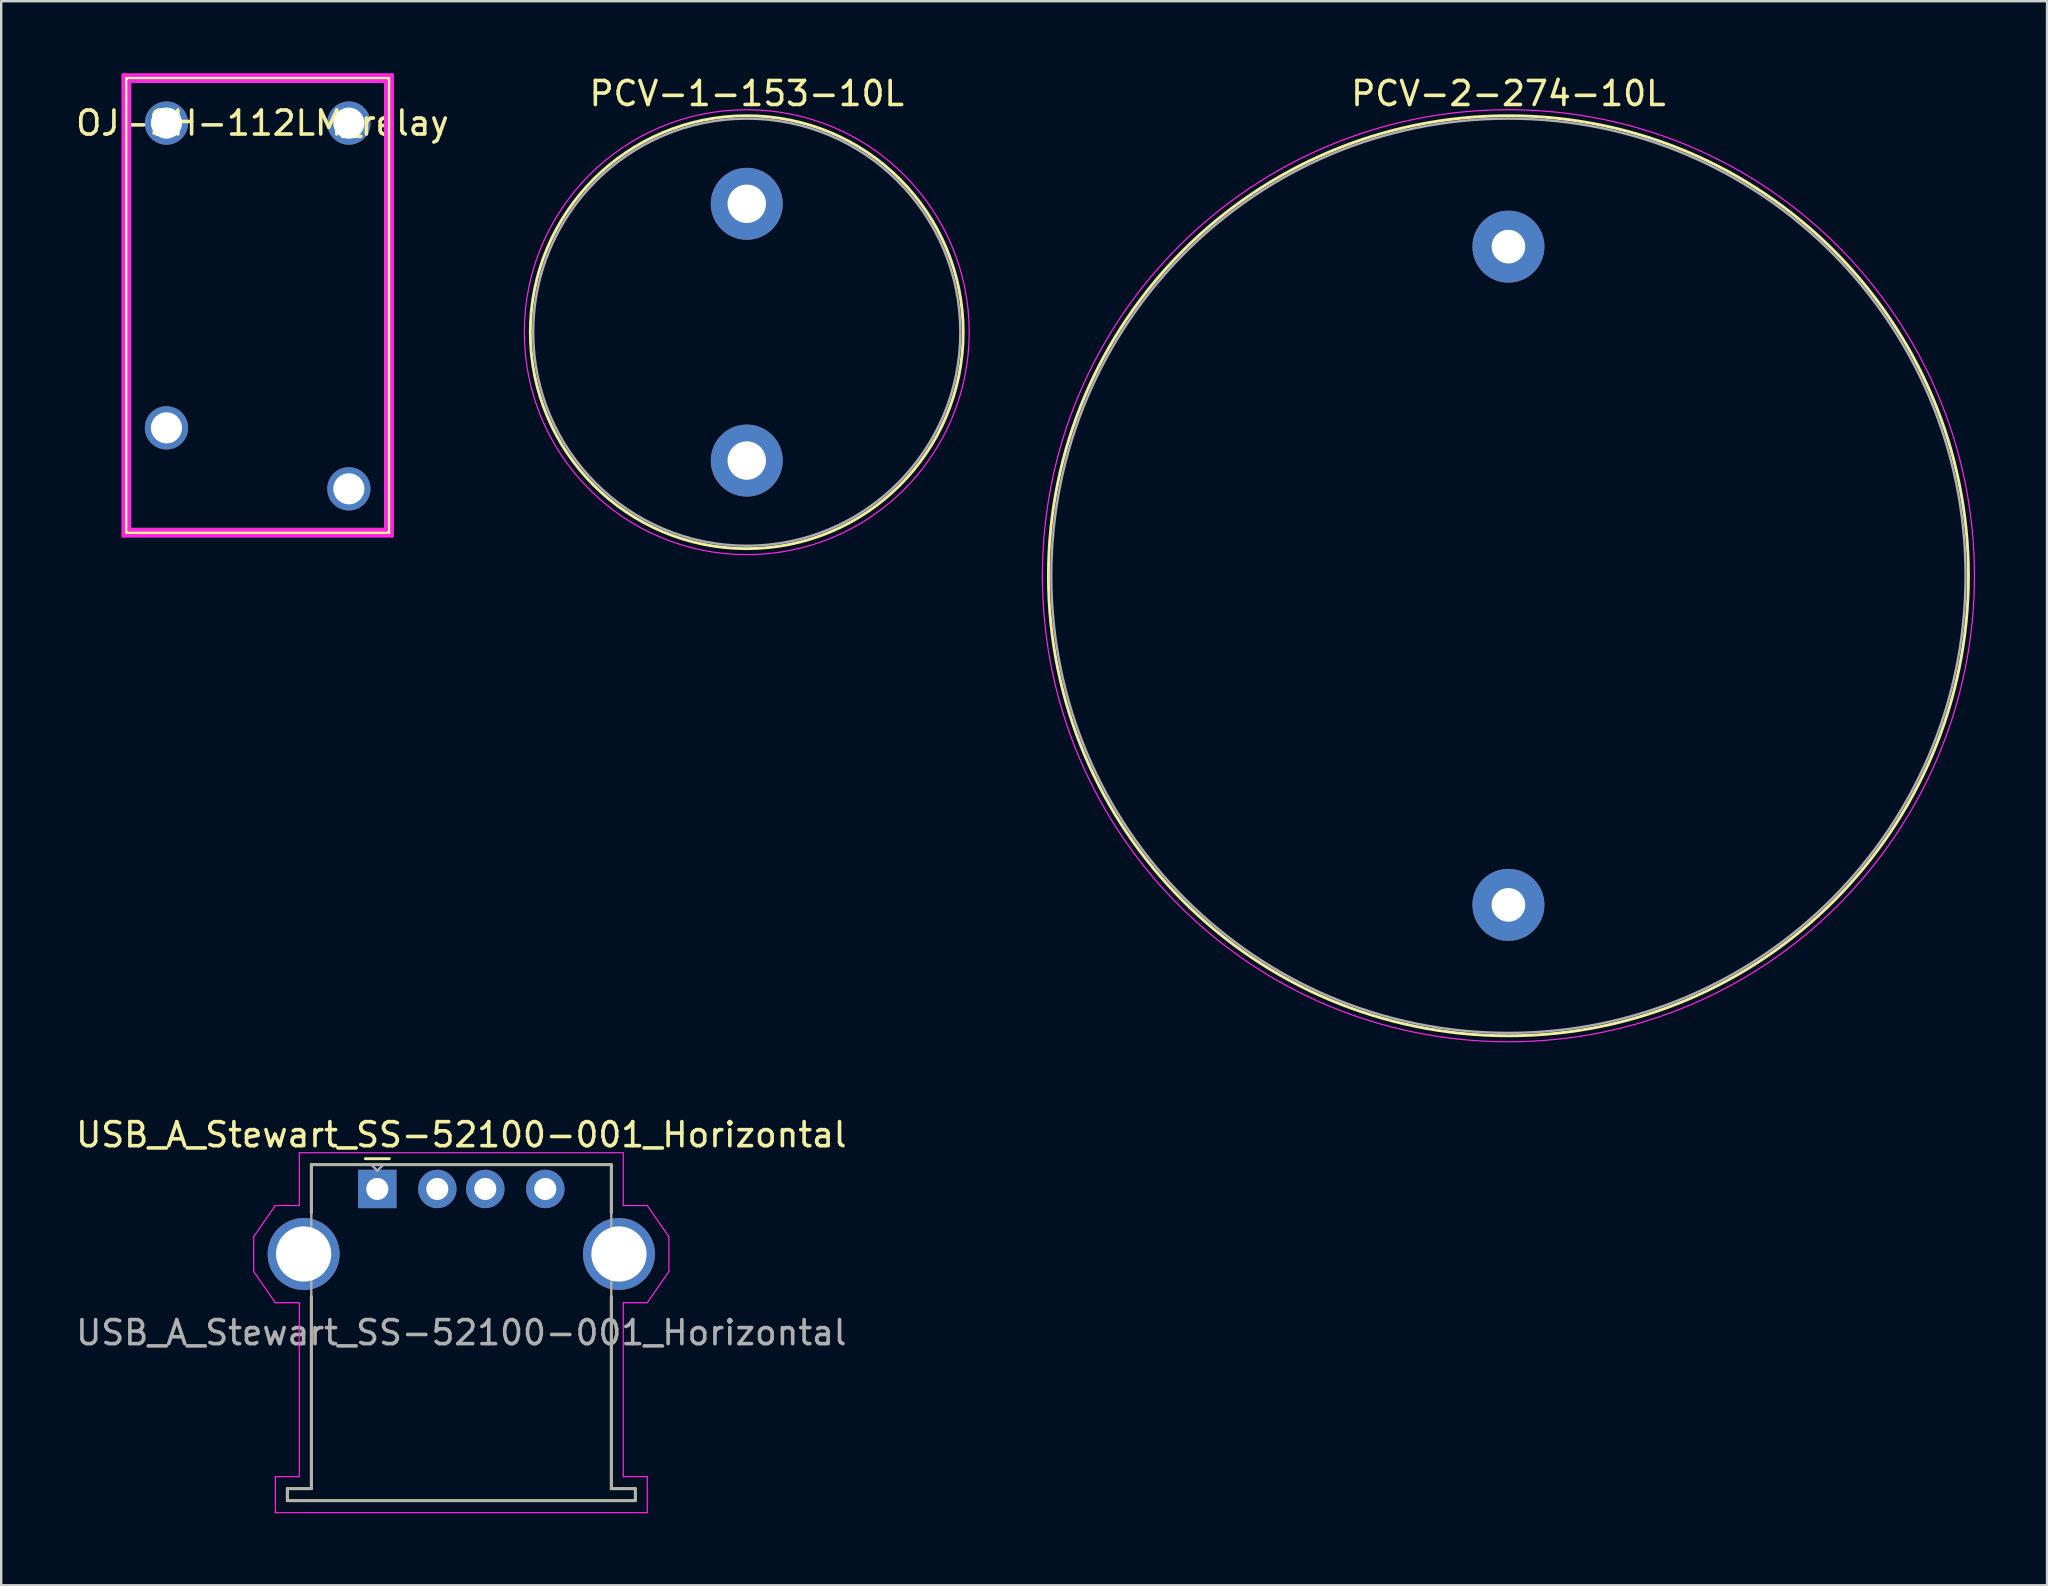
<source format=kicad_pcb>
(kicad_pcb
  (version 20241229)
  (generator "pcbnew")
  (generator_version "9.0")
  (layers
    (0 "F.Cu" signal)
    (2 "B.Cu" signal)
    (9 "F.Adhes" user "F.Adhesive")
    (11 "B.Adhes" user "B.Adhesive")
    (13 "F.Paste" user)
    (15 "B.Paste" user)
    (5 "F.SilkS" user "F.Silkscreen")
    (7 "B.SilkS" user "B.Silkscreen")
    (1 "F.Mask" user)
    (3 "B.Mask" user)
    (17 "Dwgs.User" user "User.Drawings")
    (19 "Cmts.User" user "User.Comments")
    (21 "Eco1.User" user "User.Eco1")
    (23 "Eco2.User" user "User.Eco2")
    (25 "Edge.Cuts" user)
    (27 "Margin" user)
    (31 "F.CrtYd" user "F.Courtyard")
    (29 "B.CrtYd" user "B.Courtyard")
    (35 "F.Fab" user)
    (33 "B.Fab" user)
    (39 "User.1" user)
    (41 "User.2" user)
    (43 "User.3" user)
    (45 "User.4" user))
  (footprint "PCV-2-274-10L"
    (layer "F.Cu")
    (at 59.809 20.943)
    (property "Reference" "PCV-2-274-10L" (at 0 -20.095 0) (layer "F.SilkS") (effects (font (size 1 1) (thickness 0.15))))
    (attr through_hole)
    (fp_circle (center 0 0) (end 0 19.17) (stroke (width 0.12) (type solid)) (fill no) (layer "F.SilkS"))
    (fp_circle (center 0 0) (end 0 19.42) (stroke (width 0.05) (type solid)) (fill no) (layer "F.CrtYd"))
    (fp_circle (center 0 0) (end 0 19.05) (stroke (width 0.1) (type solid)) (fill no) (layer "F.Fab"))
    (pad "1" thru_hole oval (at 0 -13.715) (size 3 3) (drill 1.4) (layers "*.Cu" "*.Mask"))
    (pad "2" thru_hole oval (at 0 13.715) (size 3 3) (drill 1.4) (layers "*.Cu" "*.Mask")))
  (footprint "PCV-1-153-10L"
    (layer "F.Cu")
    (at 28.069 10.793)
    (property "Reference" "PCV-1-153-10L" (at 0 -9.945 0) (layer "F.SilkS") (effects (font (size 1 1) (thickness 0.15))))
    (attr through_hole)
    (fp_circle (center 0 0) (end 0 9.02) (stroke (width 0.12) (type solid)) (fill no) (layer "F.SilkS"))
    (fp_circle (center 0 0) (end 0 9.27) (stroke (width 0.05) (type solid)) (fill no) (layer "F.CrtYd"))
    (fp_circle (center 0 0) (end 0 8.9) (stroke (width 0.1) (type solid)) (fill no) (layer "F.Fab"))
    (pad "1" thru_hole oval (at 0 -5.35) (size 3 3) (drill 1.6) (layers "*.Cu" "*.Mask"))
    (pad "2" thru_hole oval (at 0 5.35) (size 3 3) (drill 1.6) (layers "*.Cu" "*.Mask")))
  (footprint "USB_A_Stewart_SS-52100-001_Horizontal"
    (layer "F.Cu")
    (at 12.673 46.496)
    (property "Reference" "USB_A_Stewart_SS-52100-001_Horizontal" (at 3.5 -2.26 0) (layer "F.SilkS") (effects (font (size 1 1) (thickness 0.15))))
    (attr through_hole)
    (fp_line (start -3.75 12.49) (end -3.75 12.99) (stroke (width 0.12) (type solid)) (layer "F.SilkS"))
    (fp_line (start -3.75 12.99) (end 10.75 12.99) (stroke (width 0.12) (type solid)) (layer "F.SilkS"))
    (fp_line (start -2.75 -1.01) (end -2.75 0.99) (stroke (width 0.12) (type solid)) (layer "F.SilkS"))
    (fp_line (start -2.75 4.49) (end -2.75 12.49) (stroke (width 0.12) (type solid)) (layer "F.SilkS"))
    (fp_line (start -2.75 12.49) (end -3.75 12.49) (stroke (width 0.12) (type solid)) (layer "F.SilkS"))
    (fp_line (start -0.5 -1.26) (end 0.5 -1.26) (stroke (width 0.12) (type solid)) (layer "F.SilkS"))
    (fp_line (start 9.75 -1.01) (end -2.75 -1.01) (stroke (width 0.12) (type solid)) (layer "F.SilkS"))
    (fp_line (start 9.75 0.99) (end 9.75 -1.01) (stroke (width 0.12) (type solid)) (layer "F.SilkS"))
    (fp_line (start 9.75 12.49) (end 9.75 4.49) (stroke (width 0.12) (type solid)) (layer "F.SilkS"))
    (fp_line (start 10.75 12.49) (end 9.75 12.49) (stroke (width 0.12) (type solid)) (layer "F.SilkS"))
    (fp_line (start 10.75 12.99) (end 10.75 12.49) (stroke (width 0.12) (type solid)) (layer "F.SilkS"))
    (fp_line (start -5.15 1.99) (end -4.25 0.69) (stroke (width 0.05) (type solid)) (layer "F.CrtYd"))
    (fp_line (start -5.15 3.44) (end -5.15 1.99) (stroke (width 0.05) (type solid)) (layer "F.CrtYd"))
    (fp_line (start -5.15 3.44) (end -4.25 4.74) (stroke (width 0.05) (type solid)) (layer "F.CrtYd"))
    (fp_line (start -4.25 11.99) (end -4.25 13.49) (stroke (width 0.05) (type solid)) (layer "F.CrtYd"))
    (fp_line (start -4.25 13.49) (end 11.25 13.49) (stroke (width 0.05) (type solid)) (layer "F.CrtYd"))
    (fp_line (start -3.25 0.69) (end -4.25 0.69) (stroke (width 0.05) (type solid)) (layer "F.CrtYd"))
    (fp_line (start -3.25 0.69) (end -3.25 -1.51) (stroke (width 0.05) (type solid)) (layer "F.CrtYd"))
    (fp_line (start -3.25 4.74) (end -4.25 4.74) (stroke (width 0.05) (type solid)) (layer "F.CrtYd"))
    (fp_line (start -3.25 4.74) (end -3.25 11.99) (stroke (width 0.05) (type solid)) (layer "F.CrtYd"))
    (fp_line (start -3.25 11.99) (end -4.25 11.99) (stroke (width 0.05) (type solid)) (layer "F.CrtYd"))
    (fp_line (start 10.25 -1.51) (end -3.25 -1.51) (stroke (width 0.05) (type solid)) (layer "F.CrtYd"))
    (fp_line (start 10.25 0.69) (end 10.25 -1.51) (stroke (width 0.05) (type solid)) (layer "F.CrtYd"))
    (fp_line (start 10.25 0.69) (end 11.25 0.69) (stroke (width 0.05) (type solid)) (layer "F.CrtYd"))
    (fp_line (start 10.25 4.74) (end 11.25 4.74) (stroke (width 0.05) (type solid)) (layer "F.CrtYd"))
    (fp_line (start 10.25 11.99) (end 10.25 4.74) (stroke (width 0.05) (type solid)) (layer "F.CrtYd"))
    (fp_line (start 11.25 11.99) (end 10.25 11.99) (stroke (width 0.05) (type solid)) (layer "F.CrtYd"))
    (fp_line (start 11.25 13.49) (end 11.25 11.99) (stroke (width 0.05) (type solid)) (layer "F.CrtYd"))
    (fp_line (start 12.15 1.99) (end 11.25 0.69) (stroke (width 0.05) (type solid)) (layer "F.CrtYd"))
    (fp_line (start 12.15 1.99) (end 12.15 3.44) (stroke (width 0.05) (type solid)) (layer "F.CrtYd"))
    (fp_line (start 12.15 3.44) (end 11.25 4.74) (stroke (width 0.05) (type solid)) (layer "F.CrtYd"))
    (fp_line (start -3.75 12.49) (end -2.75 12.49) (stroke (width 0.1) (type solid)) (layer "F.Fab"))
    (fp_line (start -3.75 12.99) (end -3.75 12.49) (stroke (width 0.1) (type solid)) (layer "F.Fab"))
    (fp_line (start -3.75 12.99) (end 10.75 12.99) (stroke (width 0.1) (type solid)) (layer "F.Fab"))
    (fp_line (start -2.75 -1.01) (end 9.75 -1.01) (stroke (width 0.1) (type solid)) (layer "F.Fab"))
    (fp_line (start -2.75 12.49) (end -2.75 -1.01) (stroke (width 0.1) (type solid)) (layer "F.Fab"))
    (fp_line (start -0.25 -1.01) (end 0 -0.76) (stroke (width 0.1) (type solid)) (layer "F.Fab"))
    (fp_line (start 0 -0.76) (end 0.25 -1.01) (stroke (width 0.1) (type solid)) (layer "F.Fab"))
    (fp_line (start 9.75 12.49) (end 9.75 -1.01) (stroke (width 0.1) (type solid)) (layer "F.Fab"))
    (fp_line (start 9.75 12.49) (end 10.75 12.49) (stroke (width 0.1) (type solid)) (layer "F.Fab"))
    (fp_line (start 10.75 12.49) (end 10.75 12.99) (stroke (width 0.1) (type solid)) (layer "F.Fab"))
    (fp_text user "${REFERENCE}" (at 3.5 5.99 0) (layer "F.Fab") (effects (font (size 1 1) (thickness 0.15))))
    (pad "1" thru_hole rect (at 0 0) (size 1.6 1.6) (drill 0.92) (layers "*.Cu" "*.Mask"))
    (pad "2" thru_hole circle (at 2.5 0) (size 1.6 1.6) (drill 0.92) (layers "*.Cu" "*.Mask"))
    (pad "3" thru_hole circle (at 4.5 0) (size 1.6 1.6) (drill 0.92) (layers "*.Cu" "*.Mask"))
    (pad "4" thru_hole circle (at 7 0) (size 1.6 1.6) (drill 0.92) (layers "*.Cu" "*.Mask"))
    (pad "5" thru_hole circle (at -3.07 2.71) (size 3 3) (drill 2.3) (layers "*.Cu" "*.Mask"))
    (pad "5" thru_hole circle (at 10.07 2.71) (size 3 3) (drill 2.3) (layers "*.Cu" "*.Mask")))
  (footprint "OJ-SH-112LM_relay"
    (layer "F.Cu")
    (at 3.887 2.08)
    (property "Reference" "OJ-SH-112LM_relay" (at 4 0 0) (layer "F.SilkS") (effects (font (size 1 1) (thickness 0.15))))
    (attr through_hole)
    (fp_line (start -1.674 -1.877) (end -1.674 17.071) (stroke (width 0.152) (type solid)) (layer "F.SilkS"))
    (fp_line (start -1.674 17.071) (end 9.274 17.071) (stroke (width 0.152) (type solid)) (layer "F.SilkS"))
    (fp_line (start 9.274 -1.877) (end -1.674 -1.877) (stroke (width 0.152) (type solid)) (layer "F.SilkS"))
    (fp_line (start 9.274 17.071) (end 9.274 -1.877) (stroke (width 0.152) (type solid)) (layer "F.SilkS"))
    (fp_line (start -1.801 -2.004) (end 9.401 -2.004) (stroke (width 0.152) (type solid)) (layer "F.CrtYd"))
    (fp_line (start -1.801 17.198) (end -1.801 -2.004) (stroke (width 0.152) (type solid)) (layer "F.CrtYd"))
    (fp_line (start -1.547 -1.75) (end 9.147 -1.75) (stroke (width 0.152) (type solid)) (layer "F.CrtYd"))
    (fp_line (start -1.547 16.944) (end -1.547 -1.75) (stroke (width 0.152) (type solid)) (layer "F.CrtYd"))
    (fp_line (start 9.147 -1.75) (end 9.147 16.944) (stroke (width 0.152) (type solid)) (layer "F.CrtYd"))
    (fp_line (start 9.147 16.944) (end -1.547 16.944) (stroke (width 0.152) (type solid)) (layer "F.CrtYd"))
    (fp_line (start 9.401 -2.004) (end 9.401 17.198) (stroke (width 0.152) (type solid)) (layer "F.CrtYd"))
    (fp_line (start 9.401 17.198) (end -1.801 17.198) (stroke (width 0.152) (type solid)) (layer "F.CrtYd"))
    (fp_line (start -1.547 -1.75) (end -1.547 16.944) (stroke (width 0.152) (type solid)) (layer "F.Fab"))
    (fp_line (start -1.547 16.944) (end 9.147 16.944) (stroke (width 0.152) (type solid)) (layer "F.Fab"))
    (fp_line (start 9.147 -1.75) (end -1.547 -1.75) (stroke (width 0.152) (type solid)) (layer "F.Fab"))
    (fp_line (start 9.147 16.944) (end 9.147 -1.75) (stroke (width 0.152) (type solid)) (layer "F.Fab"))
    (pad "1" thru_hole circle (at 0 -0.000001) (size 1.803 1.803) (drill 1.295) (layers "*.Cu" "*.Mask"))
    (pad "2" thru_hole circle (at 0 12.7) (size 1.803 1.803) (drill 1.295) (layers "*.Cu" "*.Mask"))
    (pad "3" thru_hole circle (at 7.6 15.24) (size 1.803 1.803) (drill 1.295) (layers "*.Cu" "*.Mask"))
    (pad "4" thru_hole circle (at 7.6 -0.000001) (size 1.803 1.803) (drill 1.295) (layers "*.Cu" "*.Mask")))
  (gr_rect
    (start -3 -3)
    (end 82.254 63.011)
    (stroke (width 0.1) (type default))
    (fill no)
    (layer "Edge.Cuts")))
</source>
